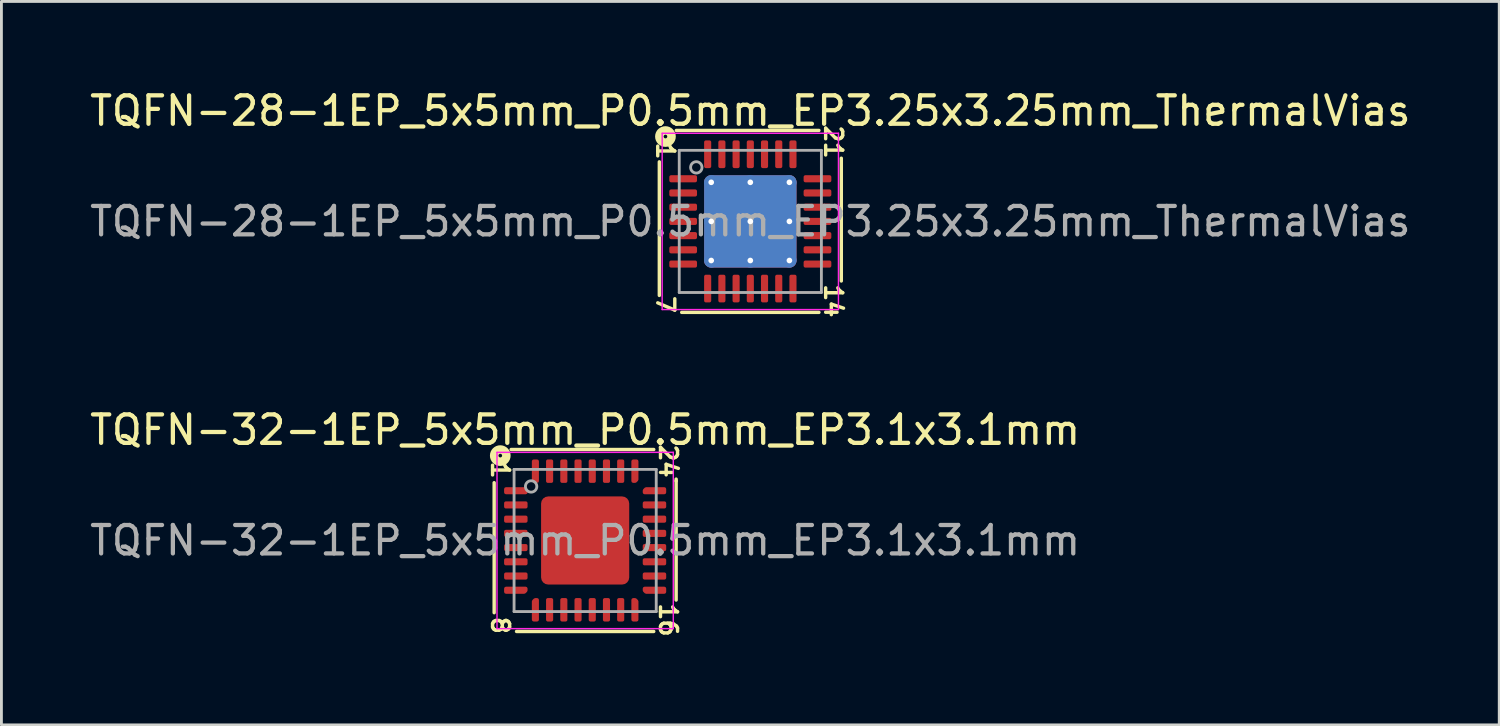
<source format=kicad_pcb>
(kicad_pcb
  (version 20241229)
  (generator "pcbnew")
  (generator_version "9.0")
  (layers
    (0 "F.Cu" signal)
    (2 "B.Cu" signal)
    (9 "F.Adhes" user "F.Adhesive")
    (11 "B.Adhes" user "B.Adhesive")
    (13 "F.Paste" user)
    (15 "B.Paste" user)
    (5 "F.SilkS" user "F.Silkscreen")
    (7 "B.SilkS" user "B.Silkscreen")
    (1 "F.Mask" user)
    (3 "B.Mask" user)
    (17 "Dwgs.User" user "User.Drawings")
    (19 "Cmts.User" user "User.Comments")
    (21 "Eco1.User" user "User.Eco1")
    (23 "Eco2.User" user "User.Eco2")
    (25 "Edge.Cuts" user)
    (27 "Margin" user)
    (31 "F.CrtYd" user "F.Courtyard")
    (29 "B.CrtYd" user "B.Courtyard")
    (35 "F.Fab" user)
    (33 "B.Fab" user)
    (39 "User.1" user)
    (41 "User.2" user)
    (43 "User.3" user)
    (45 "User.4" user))
  (footprint "TQFN-32-1EP_5x5mm_P0.5mm_EP3.1x3.1mm"
    (layer "F.Cu")
    (at 17.53 15.959)
    (property "Reference" "TQFN-32-1EP_5x5mm_P0.5mm_EP3.1x3.1mm" (at 0 -3.889 0) (layer "F.SilkS") (effects (font (size 1 1) (thickness 0.15))))
    (attr smd)
    (fp_line (start -3.2 -2.032) (end -3.2 2.54) (stroke (width 0.12) (type solid)) (layer "F.SilkS"))
    (fp_line (start -2.413 3.2) (end 2.413 3.2) (stroke (width 0.12) (type solid)) (layer "F.SilkS"))
    (fp_line (start 2.413 -3.2) (end -2.603 -3.2) (stroke (width 0.12) (type solid)) (layer "F.SilkS"))
    (fp_line (start 3.2 -2.095) (end 3.2 -2.159) (stroke (width 0.12) (type solid)) (layer "F.SilkS"))
    (fp_line (start 3.2 2.095) (end 3.2 -2.095) (stroke (width 0.12) (type solid)) (layer "F.SilkS"))
    (fp_circle (center -2.985 -2.985) (end -2.921 -2.985) (stroke (width 0.3) (type solid)) (fill no) (layer "F.SilkS"))
    (fp_line (start -3.1 -3.1) (end -3.1 3.1) (stroke (width 0.05) (type solid)) (layer "F.CrtYd"))
    (fp_line (start -3.1 3.1) (end 3.1 3.1) (stroke (width 0.05) (type solid)) (layer "F.CrtYd"))
    (fp_line (start 3.1 -3.1) (end -3.1 -3.1) (stroke (width 0.05) (type solid)) (layer "F.CrtYd"))
    (fp_line (start 3.1 3.1) (end 3.1 -3.1) (stroke (width 0.05) (type solid)) (layer "F.CrtYd"))
    (fp_line (start -2.5 -2.5) (end 2.5 -2.5) (stroke (width 0.1) (type solid)) (layer "F.Fab"))
    (fp_line (start -2.5 2.5) (end -2.5 -2.5) (stroke (width 0.1) (type solid)) (layer "F.Fab"))
    (fp_line (start 2.5 -2.5) (end 2.5 2.5) (stroke (width 0.1) (type solid)) (layer "F.Fab"))
    (fp_line (start 2.5 2.5) (end -2.5 2.5) (stroke (width 0.1) (type solid)) (layer "F.Fab"))
    (fp_circle (center -1.9 -1.9) (end -1.7 -1.9) (stroke (width 0.1) (type solid)) (fill no) (layer "F.Fab"))
    (fp_text user "8" (at -2.985 2.985 270) (unlocked yes) (layer "F.SilkS") (effects (font (size 0.6 0.6) (thickness 0.12))))
    (fp_text user "1" (at -2.985 -2.477 270) (unlocked yes) (layer "F.SilkS") (effects (font (size 0.6 0.6) (thickness 0.12))))
    (fp_text user "16" (at 2.921 2.794 270) (unlocked yes) (layer "F.SilkS") (effects (font (size 0.6 0.6) (thickness 0.12))))
    (fp_text user "24" (at 2.921 -2.794 270) (unlocked yes) (layer "F.SilkS") (effects (font (size 0.6 0.6) (thickness 0.12))))
    (fp_text user "${REFERENCE}" (at 0 0 0) (layer "F.Fab") (effects (font (size 1 1) (thickness 0.15))))
    (pad "" smd roundrect (at -0.775 -0.775) (size 1.25 1.25) (layers "F.Paste") (roundrect_rratio 0.2))
    (pad "" smd roundrect (at -0.775 0.775) (size 1.25 1.25) (layers "F.Paste") (roundrect_rratio 0.2))
    (pad "" smd roundrect (at 0.775 -0.775) (size 1.25 1.25) (layers "F.Paste") (roundrect_rratio 0.2))
    (pad "" smd roundrect (at 0.775 0.775) (size 1.25 1.25) (layers "F.Paste") (roundrect_rratio 0.2))
    (pad "1" smd custom (at -2.438 -1.75) (size 0.186 0.186) (layers "F.Cu" "F.Mask" "F.Paste") (options (anchor circle)) (primitives (gr_poly (pts (xy 0.35 -0.009) (xy 0.35 0.062) (xy -0.35 0.062) (xy -0.35 -0.062) (xy 0.297 -0.062)) (width 0.125) (fill yes))))
    (pad "2" smd roundrect (at -2.438 -1.25) (size 0.825 0.25) (layers "F.Cu" "F.Mask" "F.Paste") (roundrect_rratio 0.25))
    (pad "3" smd roundrect (at -2.438 -0.75) (size 0.825 0.25) (layers "F.Cu" "F.Mask" "F.Paste") (roundrect_rratio 0.25))
    (pad "4" smd roundrect (at -2.438 -0.25) (size 0.825 0.25) (layers "F.Cu" "F.Mask" "F.Paste") (roundrect_rratio 0.25))
    (pad "5" smd roundrect (at -2.438 0.25) (size 0.825 0.25) (layers "F.Cu" "F.Mask" "F.Paste") (roundrect_rratio 0.25))
    (pad "6" smd roundrect (at -2.438 0.75) (size 0.825 0.25) (layers "F.Cu" "F.Mask" "F.Paste") (roundrect_rratio 0.25))
    (pad "7" smd roundrect (at -2.438 1.25) (size 0.825 0.25) (layers "F.Cu" "F.Mask" "F.Paste") (roundrect_rratio 0.25))
    (pad "8" smd custom (at -2.438 1.75) (size 0.186 0.186) (layers "F.Cu" "F.Mask" "F.Paste") (options (anchor circle)) (primitives (gr_poly (pts (xy 0.35 0.009) (xy 0.297 0.062) (xy -0.35 0.062) (xy -0.35 -0.062) (xy 0.35 -0.062)) (width 0.125) (fill yes))))
    (pad "9" smd custom (at -1.75 2.438) (size 0.186 0.186) (layers "F.Cu" "F.Mask" "F.Paste") (options (anchor circle)) (primitives (gr_poly (pts (xy 0.062 0.35) (xy -0.062 0.35) (xy -0.062 -0.297) (xy -0.009 -0.35) (xy 0.062 -0.35)) (width 0.125) (fill yes))))
    (pad "10" smd roundrect (at -1.25 2.438) (size 0.25 0.825) (layers "F.Cu" "F.Mask" "F.Paste") (roundrect_rratio 0.25))
    (pad "11" smd roundrect (at -0.75 2.438) (size 0.25 0.825) (layers "F.Cu" "F.Mask" "F.Paste") (roundrect_rratio 0.25))
    (pad "12" smd roundrect (at -0.25 2.438) (size 0.25 0.825) (layers "F.Cu" "F.Mask" "F.Paste") (roundrect_rratio 0.25))
    (pad "13" smd roundrect (at 0.25 2.438) (size 0.25 0.825) (layers "F.Cu" "F.Mask" "F.Paste") (roundrect_rratio 0.25))
    (pad "14" smd roundrect (at 0.75 2.438) (size 0.25 0.825) (layers "F.Cu" "F.Mask" "F.Paste") (roundrect_rratio 0.25))
    (pad "15" smd roundrect (at 1.25 2.438) (size 0.25 0.825) (layers "F.Cu" "F.Mask" "F.Paste") (roundrect_rratio 0.25))
    (pad "16" smd custom (at 1.75 2.438) (size 0.186 0.186) (layers "F.Cu" "F.Mask" "F.Paste") (options (anchor circle)) (primitives (gr_poly (pts (xy 0.062 -0.297) (xy 0.062 0.35) (xy -0.062 0.35) (xy -0.062 -0.35) (xy 0.009 -0.35)) (width 0.125) (fill yes))))
    (pad "17" smd custom (at 2.438 1.75) (size 0.186 0.186) (layers "F.Cu" "F.Mask" "F.Paste") (options (anchor circle)) (primitives (gr_poly (pts (xy 0.35 0.062) (xy -0.297 0.062) (xy -0.35 0.009) (xy -0.35 -0.062) (xy 0.35 -0.062)) (width 0.125) (fill yes))))
    (pad "18" smd roundrect (at 2.438 1.25) (size 0.825 0.25) (layers "F.Cu" "F.Mask" "F.Paste") (roundrect_rratio 0.25))
    (pad "19" smd roundrect (at 2.438 0.75) (size 0.825 0.25) (layers "F.Cu" "F.Mask" "F.Paste") (roundrect_rratio 0.25))
    (pad "20" smd roundrect (at 2.438 0.25) (size 0.825 0.25) (layers "F.Cu" "F.Mask" "F.Paste") (roundrect_rratio 0.25))
    (pad "21" smd roundrect (at 2.438 -0.25) (size 0.825 0.25) (layers "F.Cu" "F.Mask" "F.Paste") (roundrect_rratio 0.25))
    (pad "22" smd roundrect (at 2.438 -0.75) (size 0.825 0.25) (layers "F.Cu" "F.Mask" "F.Paste") (roundrect_rratio 0.25))
    (pad "23" smd roundrect (at 2.438 -1.25) (size 0.825 0.25) (layers "F.Cu" "F.Mask" "F.Paste") (roundrect_rratio 0.25))
    (pad "24" smd custom (at 2.438 -1.75) (size 0.186 0.186) (layers "F.Cu" "F.Mask" "F.Paste") (options (anchor circle)) (primitives (gr_poly (pts (xy 0.35 0.062) (xy -0.35 0.062) (xy -0.35 -0.009) (xy -0.297 -0.062) (xy 0.35 -0.062)) (width 0.125) (fill yes))))
    (pad "25" smd custom (at 1.75 -2.438) (size 0.186 0.186) (layers "F.Cu" "F.Mask" "F.Paste") (options (anchor circle)) (primitives (gr_poly (pts (xy 0.062 0.297) (xy 0.009 0.35) (xy -0.062 0.35) (xy -0.062 -0.35) (xy 0.062 -0.35)) (width 0.125) (fill yes))))
    (pad "26" smd roundrect (at 1.25 -2.438) (size 0.25 0.825) (layers "F.Cu" "F.Mask" "F.Paste") (roundrect_rratio 0.25))
    (pad "27" smd roundrect (at 0.75 -2.438) (size 0.25 0.825) (layers "F.Cu" "F.Mask" "F.Paste") (roundrect_rratio 0.25))
    (pad "28" smd roundrect (at 0.25 -2.438) (size 0.25 0.825) (layers "F.Cu" "F.Mask" "F.Paste") (roundrect_rratio 0.25))
    (pad "29" smd roundrect (at -0.25 -2.438) (size 0.25 0.825) (layers "F.Cu" "F.Mask" "F.Paste") (roundrect_rratio 0.25))
    (pad "30" smd roundrect (at -0.75 -2.438) (size 0.25 0.825) (layers "F.Cu" "F.Mask" "F.Paste") (roundrect_rratio 0.25))
    (pad "31" smd roundrect (at -1.25 -2.438) (size 0.25 0.825) (layers "F.Cu" "F.Mask" "F.Paste") (roundrect_rratio 0.25))
    (pad "32" smd custom (at -1.75 -2.438) (size 0.186 0.186) (layers "F.Cu" "F.Mask" "F.Paste") (options (anchor circle)) (primitives (gr_poly (pts (xy 0.062 0.35) (xy -0.009 0.35) (xy -0.062 0.297) (xy -0.062 -0.35) (xy 0.062 -0.35)) (width 0.125) (fill yes))))
    (pad "33" smd roundrect (at 0 0) (size 3.1 3.1) (layers "F.Cu" "F.Mask") (roundrect_rratio 0.081)))
  (footprint "TQFN-28-1EP_5x5mm_P0.5mm_EP3.25x3.25mm_ThermalVias"
    (layer "F.Cu")
    (at 23.339 4.737)
    (property "Reference" "TQFN-28-1EP_5x5mm_P0.5mm_EP3.25x3.25mm_ThermalVias" (at 0 -3.889 0) (layer "F.SilkS") (effects (font (size 1 1) (thickness 0.15))))
    (attr smd)
    (fp_line (start -3.2 -2.095) (end -3.2 2.603) (stroke (width 0.12) (type solid)) (layer "F.SilkS"))
    (fp_line (start -2.413 3.2) (end 2.413 3.2) (stroke (width 0.12) (type solid)) (layer "F.SilkS"))
    (fp_line (start 2.413 -3.2) (end -2.603 -3.2) (stroke (width 0.12) (type solid)) (layer "F.SilkS"))
    (fp_line (start 3.2 2.095) (end 3.2 -2.223) (stroke (width 0.12) (type solid)) (layer "F.SilkS"))
    (fp_circle (center -2.985 -2.985) (end -2.921 -2.985) (stroke (width 0.3) (type solid)) (fill no) (layer "F.SilkS"))
    (fp_line (start -3.1 -3.1) (end -3.1 3.1) (stroke (width 0.05) (type solid)) (layer "F.CrtYd"))
    (fp_line (start -3.1 3.1) (end 3.1 3.1) (stroke (width 0.05) (type solid)) (layer "F.CrtYd"))
    (fp_line (start 3.1 -3.1) (end -3.1 -3.1) (stroke (width 0.05) (type solid)) (layer "F.CrtYd"))
    (fp_line (start 3.1 3.1) (end 3.1 -3.1) (stroke (width 0.05) (type solid)) (layer "F.CrtYd"))
    (fp_line (start -2.5 -2.5) (end 2.5 -2.5) (stroke (width 0.1) (type solid)) (layer "F.Fab"))
    (fp_line (start -2.5 2.5) (end -2.5 -2.5) (stroke (width 0.1) (type solid)) (layer "F.Fab"))
    (fp_line (start 2.5 -2.5) (end 2.5 2.5) (stroke (width 0.1) (type solid)) (layer "F.Fab"))
    (fp_line (start 2.5 2.5) (end -2.5 2.5) (stroke (width 0.1) (type solid)) (layer "F.Fab"))
    (fp_circle (center -1.9 -1.9) (end -1.7 -1.9) (stroke (width 0.1) (type solid)) (fill no) (layer "F.Fab"))
    (fp_text user "14" (at 2.921 2.794 270) (unlocked yes) (layer "F.SilkS") (effects (font (size 0.6 0.6) (thickness 0.12))))
    (fp_text user "7" (at -2.985 2.921 270) (unlocked yes) (layer "F.SilkS") (effects (font (size 0.6 0.6) (thickness 0.12))))
    (fp_text user "1" (at -2.985 -2.477 270) (unlocked yes) (layer "F.SilkS") (effects (font (size 0.6 0.6) (thickness 0.12))))
    (fp_text user "21" (at 2.921 -2.794 270) (unlocked yes) (layer "F.SilkS") (effects (font (size 0.6 0.6) (thickness 0.12))))
    (fp_text user "${REFERENCE}" (at 0 0 0) (layer "F.Fab") (effects (font (size 1 1) (thickness 0.15))))
    (pad "" smd roundrect (at -0.81 -0.81) (size 1.41 1.41) (layers "F.Paste") (roundrect_rratio 0.177))
    (pad "" smd roundrect (at -0.81 0.81) (size 1.41 1.41) (layers "F.Paste") (roundrect_rratio 0.177))
    (pad "" smd roundrect (at 0.81 -0.81) (size 1.41 1.41) (layers "F.Paste") (roundrect_rratio 0.177))
    (pad "" smd roundrect (at 0.81 0.81) (size 1.41 1.41) (layers "F.Paste") (roundrect_rratio 0.177))
    (pad "1" smd roundrect (at -2.362 -1.5) (size 0.975 0.25) (layers "F.Cu" "F.Mask" "F.Paste") (roundrect_rratio 0.25))
    (pad "2" smd roundrect (at -2.362 -1) (size 0.975 0.25) (layers "F.Cu" "F.Mask" "F.Paste") (roundrect_rratio 0.25))
    (pad "3" smd roundrect (at -2.362 -0.5) (size 0.975 0.25) (layers "F.Cu" "F.Mask" "F.Paste") (roundrect_rratio 0.25))
    (pad "4" smd roundrect (at -2.362 0) (size 0.975 0.25) (layers "F.Cu" "F.Mask" "F.Paste") (roundrect_rratio 0.25))
    (pad "5" smd roundrect (at -2.362 0.5) (size 0.975 0.25) (layers "F.Cu" "F.Mask" "F.Paste") (roundrect_rratio 0.25))
    (pad "6" smd roundrect (at -2.362 1) (size 0.975 0.25) (layers "F.Cu" "F.Mask" "F.Paste") (roundrect_rratio 0.25))
    (pad "7" smd roundrect (at -2.362 1.5) (size 0.975 0.25) (layers "F.Cu" "F.Mask" "F.Paste") (roundrect_rratio 0.25))
    (pad "8" smd roundrect (at -1.5 2.362) (size 0.25 0.975) (layers "F.Cu" "F.Mask" "F.Paste") (roundrect_rratio 0.25))
    (pad "9" smd roundrect (at -1 2.362) (size 0.25 0.975) (layers "F.Cu" "F.Mask" "F.Paste") (roundrect_rratio 0.25))
    (pad "10" smd roundrect (at -0.5 2.362) (size 0.25 0.975) (layers "F.Cu" "F.Mask" "F.Paste") (roundrect_rratio 0.25))
    (pad "11" smd roundrect (at 0 2.362) (size 0.25 0.975) (layers "F.Cu" "F.Mask" "F.Paste") (roundrect_rratio 0.25))
    (pad "12" smd roundrect (at 0.5 2.362) (size 0.25 0.975) (layers "F.Cu" "F.Mask" "F.Paste") (roundrect_rratio 0.25))
    (pad "13" smd roundrect (at 1 2.362) (size 0.25 0.975) (layers "F.Cu" "F.Mask" "F.Paste") (roundrect_rratio 0.25))
    (pad "14" smd roundrect (at 1.5 2.362) (size 0.25 0.975) (layers "F.Cu" "F.Mask" "F.Paste") (roundrect_rratio 0.25))
    (pad "15" smd roundrect (at 2.362 1.5) (size 0.975 0.25) (layers "F.Cu" "F.Mask" "F.Paste") (roundrect_rratio 0.25))
    (pad "16" smd roundrect (at 2.362 1) (size 0.975 0.25) (layers "F.Cu" "F.Mask" "F.Paste") (roundrect_rratio 0.25))
    (pad "17" smd roundrect (at 2.362 0.5) (size 0.975 0.25) (layers "F.Cu" "F.Mask" "F.Paste") (roundrect_rratio 0.25))
    (pad "18" smd roundrect (at 2.362 0) (size 0.975 0.25) (layers "F.Cu" "F.Mask" "F.Paste") (roundrect_rratio 0.25))
    (pad "19" smd roundrect (at 2.362 -0.5) (size 0.975 0.25) (layers "F.Cu" "F.Mask" "F.Paste") (roundrect_rratio 0.25))
    (pad "20" smd roundrect (at 2.362 -1) (size 0.975 0.25) (layers "F.Cu" "F.Mask" "F.Paste") (roundrect_rratio 0.25))
    (pad "21" smd roundrect (at 2.362 -1.5) (size 0.975 0.25) (layers "F.Cu" "F.Mask" "F.Paste") (roundrect_rratio 0.25))
    (pad "22" smd roundrect (at 1.5 -2.362) (size 0.25 0.975) (layers "F.Cu" "F.Mask" "F.Paste") (roundrect_rratio 0.25))
    (pad "23" smd roundrect (at 1 -2.362) (size 0.25 0.975) (layers "F.Cu" "F.Mask" "F.Paste") (roundrect_rratio 0.25))
    (pad "24" smd roundrect (at 0.5 -2.362) (size 0.25 0.975) (layers "F.Cu" "F.Mask" "F.Paste") (roundrect_rratio 0.25))
    (pad "25" smd roundrect (at 0 -2.362) (size 0.25 0.975) (layers "F.Cu" "F.Mask" "F.Paste") (roundrect_rratio 0.25))
    (pad "26" smd roundrect (at -0.5 -2.362) (size 0.25 0.975) (layers "F.Cu" "F.Mask" "F.Paste") (roundrect_rratio 0.25))
    (pad "27" smd roundrect (at -1 -2.362) (size 0.25 0.975) (layers "F.Cu" "F.Mask" "F.Paste") (roundrect_rratio 0.25))
    (pad "28" smd roundrect (at -1.5 -2.362) (size 0.25 0.975) (layers "F.Cu" "F.Mask" "F.Paste") (roundrect_rratio 0.25))
    (pad "29" thru_hole circle (at -1.375 -1.375) (size 0.5 0.5) (drill 0.2) (property pad_prop_heatsink) (layers "*.Cu"))
    (pad "29" thru_hole circle (at -1.375 0) (size 0.5 0.5) (drill 0.2) (property pad_prop_heatsink) (layers "*.Cu"))
    (pad "29" thru_hole circle (at -1.375 1.375) (size 0.5 0.5) (drill 0.2) (property pad_prop_heatsink) (layers "*.Cu"))
    (pad "29" thru_hole circle (at 0 -1.375) (size 0.5 0.5) (drill 0.2) (property pad_prop_heatsink) (layers "*.Cu"))
    (pad "29" thru_hole circle (at 0 0) (size 0.5 0.5) (drill 0.2) (property pad_prop_heatsink) (layers "*.Cu"))
    (pad "29" smd roundrect (at 0 0) (size 3.25 3.25) (layers "F.Cu" "F.Mask") (roundrect_rratio 0.077))
    (pad "29" smd roundrect (at 0 0) (size 3.25 3.25) (layers "B.Cu" "B.Mask") (roundrect_rratio 0.077))
    (pad "29" thru_hole circle (at 0 1.375) (size 0.5 0.5) (drill 0.2) (property pad_prop_heatsink) (layers "*.Cu"))
    (pad "29" thru_hole circle (at 1.375 -1.375) (size 0.5 0.5) (drill 0.2) (property pad_prop_heatsink) (layers "*.Cu"))
    (pad "29" thru_hole circle (at 1.375 0) (size 0.5 0.5) (drill 0.2) (property pad_prop_heatsink) (layers "*.Cu"))
    (pad "29" thru_hole circle (at 1.375 1.375) (size 0.5 0.5) (drill 0.2) (property pad_prop_heatsink) (layers "*.Cu")))
  (gr_rect
    (start -3 -3)
    (end 49.679 22.444)
    (stroke (width 0.1) (type default))
    (fill no)
    (layer "Edge.Cuts")))
</source>
